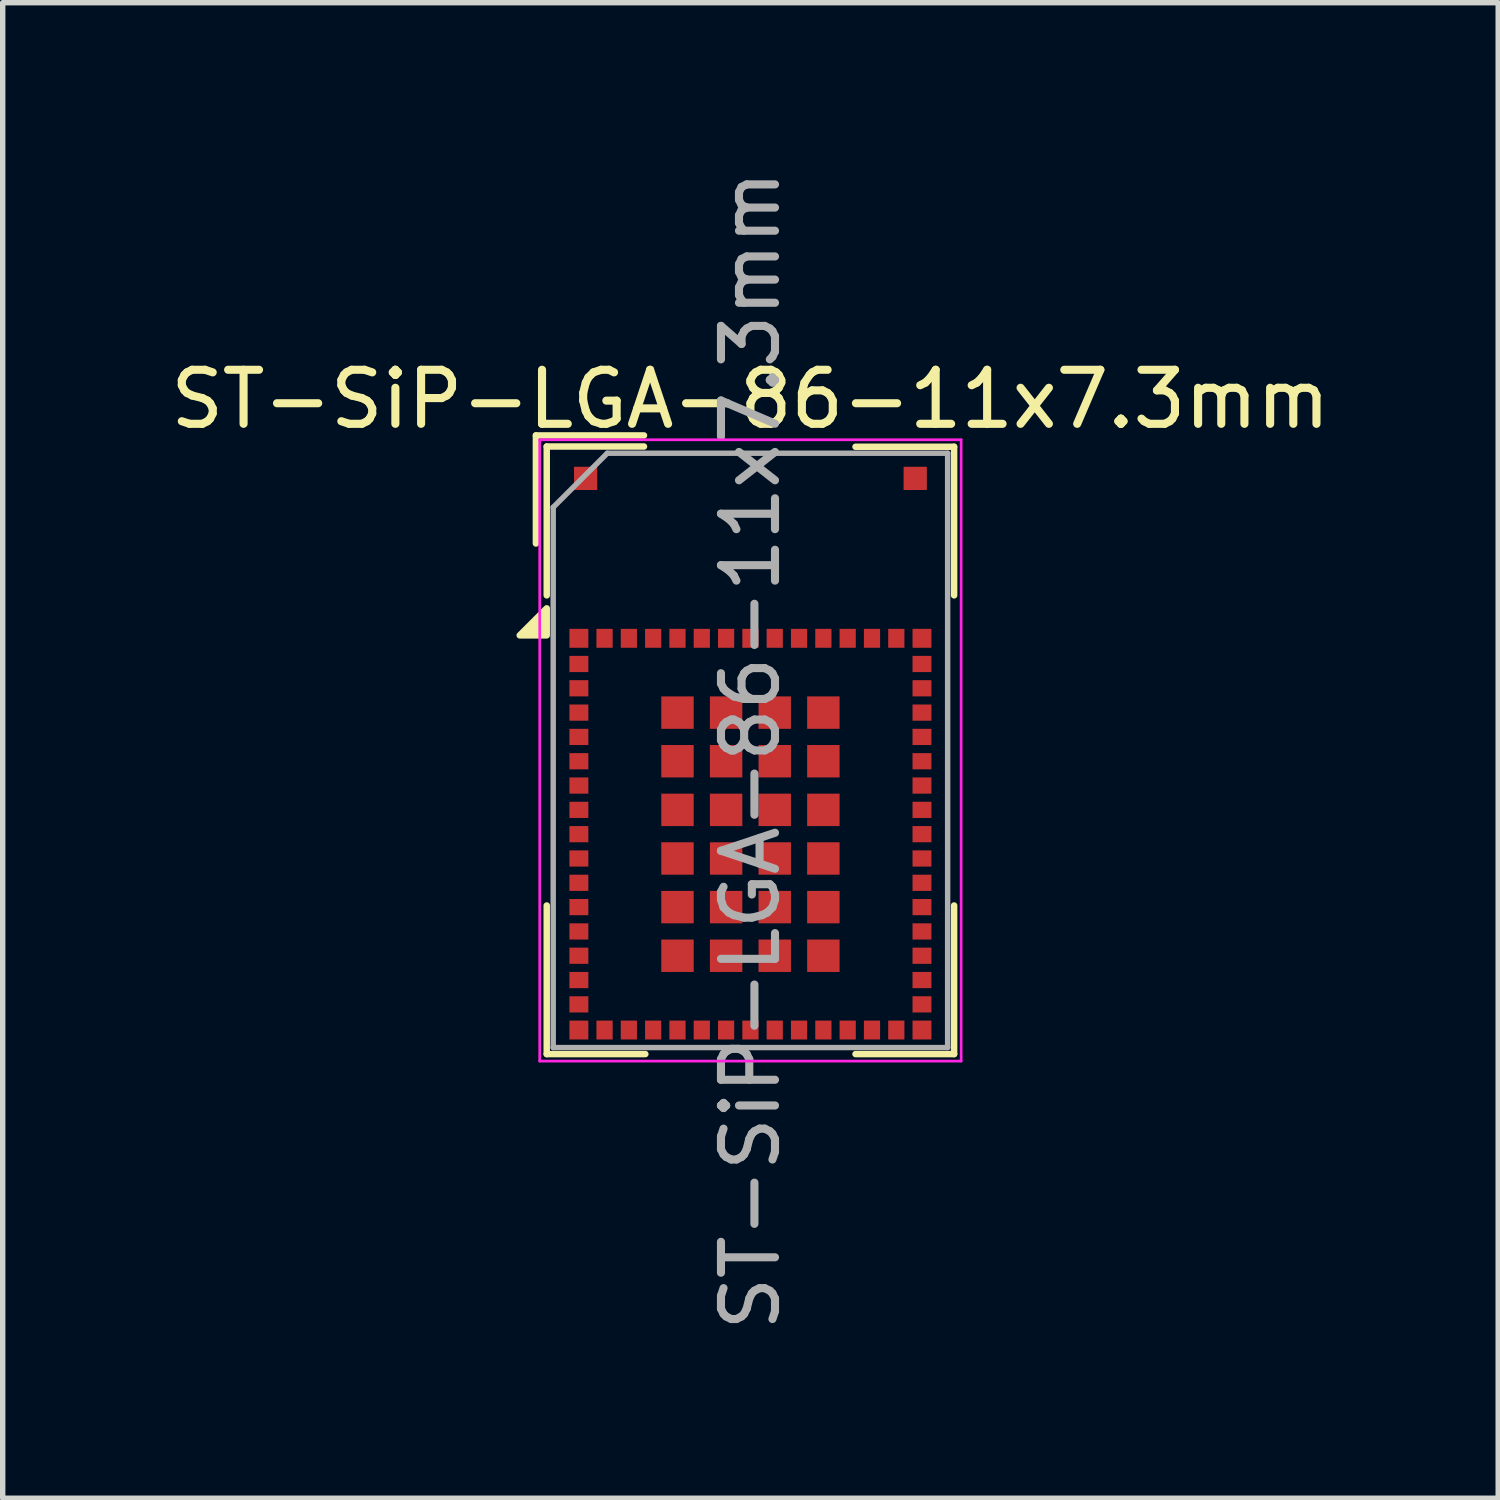
<source format=kicad_pcb>
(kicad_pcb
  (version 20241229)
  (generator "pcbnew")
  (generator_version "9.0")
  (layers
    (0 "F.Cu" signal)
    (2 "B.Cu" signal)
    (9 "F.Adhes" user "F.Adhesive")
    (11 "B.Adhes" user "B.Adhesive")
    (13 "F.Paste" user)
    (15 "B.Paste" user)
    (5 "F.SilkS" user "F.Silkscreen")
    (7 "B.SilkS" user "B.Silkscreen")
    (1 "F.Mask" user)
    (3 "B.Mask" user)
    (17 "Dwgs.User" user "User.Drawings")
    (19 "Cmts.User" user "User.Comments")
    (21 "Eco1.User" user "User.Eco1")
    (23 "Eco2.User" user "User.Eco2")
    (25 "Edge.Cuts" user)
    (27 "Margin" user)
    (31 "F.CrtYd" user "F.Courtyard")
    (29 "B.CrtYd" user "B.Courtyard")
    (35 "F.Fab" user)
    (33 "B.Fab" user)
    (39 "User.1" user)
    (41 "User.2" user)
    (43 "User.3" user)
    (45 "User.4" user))
  (footprint "ST-SiP-LGA-86-11x7.3mm"
    (layer "F.Cu")
    (at 10.839 10.839)
    (property "Reference" "ST-SiP-LGA-86-11x7.3mm" (at 0 -6.5 0) (layer "F.SilkS") (effects (font (size 1 1) (thickness 0.15))))
    (attr smd)
    (fp_line (start -3.97 -3.83) (end -3.97 -5.83) (stroke (width 0.12) (type solid)) (layer "F.SilkS"))
    (fp_line (start -3.77 -5.625) (end -3.77 -2.87) (stroke (width 0.12) (type solid)) (layer "F.SilkS"))
    (fp_line (start -3.77 5.62) (end -3.77 2.87) (stroke (width 0.12) (type solid)) (layer "F.SilkS"))
    (fp_line (start -1.97 -5.83) (end -3.97 -5.83) (stroke (width 0.12) (type solid)) (layer "F.SilkS"))
    (fp_line (start -1.97 -5.625) (end -3.77 -5.625) (stroke (width 0.12) (type solid)) (layer "F.SilkS"))
    (fp_line (start -1.945 5.62) (end -3.77 5.62) (stroke (width 0.12) (type solid)) (layer "F.SilkS"))
    (fp_line (start 1.945 -5.62) (end 3.77 -5.62) (stroke (width 0.12) (type solid)) (layer "F.SilkS"))
    (fp_line (start 1.945 5.62) (end 3.77 5.62) (stroke (width 0.12) (type solid)) (layer "F.SilkS"))
    (fp_line (start 3.77 -5.62) (end 3.77 -2.87) (stroke (width 0.12) (type solid)) (layer "F.SilkS"))
    (fp_line (start 3.77 5.62) (end 3.77 2.87) (stroke (width 0.12) (type solid)) (layer "F.SilkS"))
    (fp_poly (pts (xy -3.77 -2.13) (xy -4.27 -2.13) (xy -3.77 -2.63) (xy -3.77 -2.13)) (stroke (width 0.12) (type solid)) (fill yes) (layer "F.SilkS"))
    (fp_line (start -3.9 -5.75) (end 3.9 -5.75) (stroke (width 0.05) (type solid)) (layer "F.CrtYd"))
    (fp_line (start -3.9 5.75) (end -3.9 -5.75) (stroke (width 0.05) (type solid)) (layer "F.CrtYd"))
    (fp_line (start 3.9 -5.75) (end 3.9 5.75) (stroke (width 0.05) (type solid)) (layer "F.CrtYd"))
    (fp_line (start 3.9 5.75) (end -3.9 5.75) (stroke (width 0.05) (type solid)) (layer "F.CrtYd"))
    (fp_line (start -3.65 -4.5) (end -3.65 5.5) (stroke (width 0.1) (type solid)) (layer "F.Fab"))
    (fp_line (start -3.65 5.5) (end 3.65 5.5) (stroke (width 0.1) (type solid)) (layer "F.Fab"))
    (fp_line (start -2.65 -5.5) (end -3.65 -4.5) (stroke (width 0.1) (type solid)) (layer "F.Fab"))
    (fp_line (start 3.65 -5.5) (end -2.65 -5.5) (stroke (width 0.1) (type solid)) (layer "F.Fab"))
    (fp_line (start 3.65 5.5) (end 3.65 -5.5) (stroke (width 0.1) (type solid)) (layer "F.Fab"))
    (fp_text user "${REFERENCE}" (at 0 0 270) (layer "F.Fab") (effects (font (size 1 1) (thickness 0.15))))
    (pad "1" smd rect (at -3.175 -2.075) (size 0.35 0.35) (layers "F.Cu" "F.Mask" "F.Paste"))
    (pad "2" smd rect (at -3.175 -1.6) (size 0.35 0.3) (layers "F.Cu" "F.Mask" "F.Paste"))
    (pad "3" smd rect (at -3.175 -1.15) (size 0.35 0.3) (layers "F.Cu" "F.Mask" "F.Paste"))
    (pad "4" smd rect (at -3.175 -0.7) (size 0.35 0.3) (layers "F.Cu" "F.Mask" "F.Paste"))
    (pad "5" smd rect (at -3.175 -0.25) (size 0.35 0.3) (layers "F.Cu" "F.Mask" "F.Paste"))
    (pad "6" smd rect (at -3.175 0.2) (size 0.35 0.3) (layers "F.Cu" "F.Mask" "F.Paste"))
    (pad "7" smd rect (at -3.175 0.65) (size 0.35 0.3) (layers "F.Cu" "F.Mask" "F.Paste"))
    (pad "8" smd rect (at -3.175 1.1) (size 0.35 0.3) (layers "F.Cu" "F.Mask" "F.Paste"))
    (pad "9" smd rect (at -3.175 1.55) (size 0.35 0.3) (layers "F.Cu" "F.Mask" "F.Paste"))
    (pad "10" smd rect (at -3.175 2) (size 0.35 0.3) (layers "F.Cu" "F.Mask" "F.Paste"))
    (pad "11" smd rect (at -3.175 2.45) (size 0.35 0.3) (layers "F.Cu" "F.Mask" "F.Paste"))
    (pad "12" smd rect (at -3.175 2.9) (size 0.35 0.3) (layers "F.Cu" "F.Mask" "F.Paste"))
    (pad "13" smd rect (at -3.175 3.35) (size 0.35 0.3) (layers "F.Cu" "F.Mask" "F.Paste"))
    (pad "14" smd rect (at -3.175 3.8) (size 0.35 0.3) (layers "F.Cu" "F.Mask" "F.Paste"))
    (pad "15" smd rect (at -3.175 4.25) (size 0.35 0.3) (layers "F.Cu" "F.Mask" "F.Paste"))
    (pad "16" smd rect (at -3.175 4.7) (size 0.35 0.3) (layers "F.Cu" "F.Mask" "F.Paste"))
    (pad "17" smd rect (at -3.175 5.175) (size 0.35 0.35) (layers "F.Cu" "F.Mask" "F.Paste"))
    (pad "18" smd rect (at -2.7 5.175) (size 0.3 0.35) (layers "F.Cu" "F.Mask" "F.Paste"))
    (pad "19" smd rect (at -2.25 5.175) (size 0.3 0.35) (layers "F.Cu" "F.Mask" "F.Paste"))
    (pad "20" smd rect (at -1.8 5.175) (size 0.3 0.35) (layers "F.Cu" "F.Mask" "F.Paste"))
    (pad "21" smd rect (at -1.35 5.175) (size 0.3 0.35) (layers "F.Cu" "F.Mask" "F.Paste"))
    (pad "22" smd rect (at -0.9 5.175) (size 0.3 0.35) (layers "F.Cu" "F.Mask" "F.Paste"))
    (pad "23" smd rect (at -0.45 5.175) (size 0.3 0.35) (layers "F.Cu" "F.Mask" "F.Paste"))
    (pad "24" smd rect (at 0 5.175) (size 0.3 0.35) (layers "F.Cu" "F.Mask" "F.Paste"))
    (pad "25" smd rect (at 0.45 5.175) (size 0.3 0.35) (layers "F.Cu" "F.Mask" "F.Paste"))
    (pad "26" smd rect (at 0.9 5.175) (size 0.3 0.35) (layers "F.Cu" "F.Mask" "F.Paste"))
    (pad "27" smd rect (at 1.35 5.175) (size 0.3 0.35) (layers "F.Cu" "F.Mask" "F.Paste"))
    (pad "28" smd rect (at 1.8 5.175) (size 0.3 0.35) (layers "F.Cu" "F.Mask" "F.Paste"))
    (pad "29" smd rect (at 2.25 5.175) (size 0.3 0.35) (layers "F.Cu" "F.Mask" "F.Paste"))
    (pad "30" smd rect (at 2.7 5.175) (size 0.3 0.35) (layers "F.Cu" "F.Mask" "F.Paste"))
    (pad "31" smd rect (at 3.175 5.175) (size 0.35 0.35) (layers "F.Cu" "F.Mask" "F.Paste"))
    (pad "32" smd rect (at 3.175 4.7) (size 0.35 0.3) (layers "F.Cu" "F.Mask" "F.Paste"))
    (pad "33" smd rect (at 3.175 4.25) (size 0.35 0.3) (layers "F.Cu" "F.Mask" "F.Paste"))
    (pad "34" smd rect (at 3.175 3.8) (size 0.35 0.3) (layers "F.Cu" "F.Mask" "F.Paste"))
    (pad "35" smd rect (at 3.175 3.35) (size 0.35 0.3) (layers "F.Cu" "F.Mask" "F.Paste"))
    (pad "36" smd rect (at 3.175 2.9) (size 0.35 0.3) (layers "F.Cu" "F.Mask" "F.Paste"))
    (pad "37" smd rect (at 3.175 2.45) (size 0.35 0.3) (layers "F.Cu" "F.Mask" "F.Paste"))
    (pad "38" smd rect (at 3.175 2) (size 0.35 0.3) (layers "F.Cu" "F.Mask" "F.Paste"))
    (pad "39" smd rect (at 3.175 1.55) (size 0.35 0.3) (layers "F.Cu" "F.Mask" "F.Paste"))
    (pad "40" smd rect (at 3.175 1.1) (size 0.35 0.3) (layers "F.Cu" "F.Mask" "F.Paste"))
    (pad "41" smd rect (at 3.175 0.65) (size 0.35 0.3) (layers "F.Cu" "F.Mask" "F.Paste"))
    (pad "42" smd rect (at 3.175 0.2) (size 0.35 0.3) (layers "F.Cu" "F.Mask" "F.Paste"))
    (pad "43" smd rect (at 3.175 -0.25) (size 0.35 0.3) (layers "F.Cu" "F.Mask" "F.Paste"))
    (pad "44" smd rect (at 3.175 -0.7) (size 0.35 0.3) (layers "F.Cu" "F.Mask" "F.Paste"))
    (pad "45" smd rect (at 3.175 -1.15) (size 0.35 0.3) (layers "F.Cu" "F.Mask" "F.Paste"))
    (pad "46" smd rect (at 3.175 -1.6) (size 0.35 0.3) (layers "F.Cu" "F.Mask" "F.Paste"))
    (pad "47" smd rect (at 3.175 -2.075) (size 0.35 0.35) (layers "F.Cu" "F.Mask" "F.Paste"))
    (pad "48" smd rect (at 2.7 -2.075) (size 0.3 0.35) (layers "F.Cu" "F.Mask" "F.Paste"))
    (pad "49" smd rect (at 2.25 -2.075) (size 0.3 0.35) (layers "F.Cu" "F.Mask" "F.Paste"))
    (pad "50" smd rect (at 1.8 -2.075) (size 0.3 0.35) (layers "F.Cu" "F.Mask" "F.Paste"))
    (pad "51" smd rect (at 1.35 -2.075) (size 0.3 0.35) (layers "F.Cu" "F.Mask" "F.Paste"))
    (pad "52" smd rect (at 0.9 -2.075) (size 0.3 0.35) (layers "F.Cu" "F.Mask" "F.Paste"))
    (pad "53" smd rect (at 0.45 -2.075) (size 0.3 0.35) (layers "F.Cu" "F.Mask" "F.Paste"))
    (pad "54" smd rect (at 0 -2.075) (size 0.3 0.35) (layers "F.Cu" "F.Mask" "F.Paste"))
    (pad "55" smd rect (at -0.45 -2.075) (size 0.3 0.35) (layers "F.Cu" "F.Mask" "F.Paste"))
    (pad "56" smd rect (at -0.9 -2.075) (size 0.3 0.35) (layers "F.Cu" "F.Mask" "F.Paste"))
    (pad "57" smd rect (at -1.35 -2.075) (size 0.3 0.35) (layers "F.Cu" "F.Mask" "F.Paste"))
    (pad "58" smd rect (at -1.8 -2.075) (size 0.3 0.35) (layers "F.Cu" "F.Mask" "F.Paste"))
    (pad "59" smd rect (at -2.25 -2.075) (size 0.3 0.35) (layers "F.Cu" "F.Mask" "F.Paste"))
    (pad "60" smd rect (at -2.7 -2.075) (size 0.3 0.35) (layers "F.Cu" "F.Mask" "F.Paste"))
    (pad "61" smd rect (at -1.35 -0.7) (size 0.6 0.6) (layers "F.Cu" "F.Mask" "F.Paste"))
    (pad "62" smd rect (at -1.35 0.2) (size 0.6 0.6) (layers "F.Cu" "F.Mask" "F.Paste"))
    (pad "63" smd rect (at -1.35 1.1) (size 0.6 0.6) (layers "F.Cu" "F.Mask" "F.Paste"))
    (pad "64" smd rect (at -1.35 2) (size 0.6 0.6) (layers "F.Cu" "F.Mask" "F.Paste"))
    (pad "65" smd rect (at -1.35 2.9) (size 0.6 0.6) (layers "F.Cu" "F.Mask" "F.Paste"))
    (pad "66" smd rect (at -1.35 3.8) (size 0.6 0.6) (layers "F.Cu" "F.Mask" "F.Paste"))
    (pad "67" smd rect (at -0.45 3.8) (size 0.6 0.6) (layers "F.Cu" "F.Mask" "F.Paste"))
    (pad "68" smd rect (at 0.45 3.8) (size 0.6 0.6) (layers "F.Cu" "F.Mask" "F.Paste"))
    (pad "69" smd rect (at 1.35 3.8) (size 0.6 0.6) (layers "F.Cu" "F.Mask" "F.Paste"))
    (pad "70" smd rect (at 1.35 2.9) (size 0.6 0.6) (layers "F.Cu" "F.Mask" "F.Paste"))
    (pad "71" smd rect (at 1.35 2) (size 0.6 0.6) (layers "F.Cu" "F.Mask" "F.Paste"))
    (pad "72" smd rect (at 1.35 1.1) (size 0.6 0.6) (layers "F.Cu" "F.Mask" "F.Paste"))
    (pad "73" smd rect (at 1.35 0.2) (size 0.6 0.6) (layers "F.Cu" "F.Mask" "F.Paste"))
    (pad "74" smd rect (at 1.35 -0.7) (size 0.6 0.6) (layers "F.Cu" "F.Mask" "F.Paste"))
    (pad "75" smd rect (at 0.45 -0.7) (size 0.6 0.6) (layers "F.Cu" "F.Mask" "F.Paste"))
    (pad "76" smd rect (at -0.45 -0.7) (size 0.6 0.6) (layers "F.Cu" "F.Mask" "F.Paste"))
    (pad "77" smd rect (at -0.45 0.2) (size 0.6 0.6) (layers "F.Cu" "F.Mask" "F.Paste"))
    (pad "78" smd rect (at -0.45 1.1) (size 0.6 0.6) (layers "F.Cu" "F.Mask" "F.Paste"))
    (pad "79" smd rect (at -0.45 2) (size 0.6 0.6) (layers "F.Cu" "F.Mask" "F.Paste"))
    (pad "80" smd rect (at -0.45 2.9) (size 0.6 0.6) (layers "F.Cu" "F.Mask" "F.Paste"))
    (pad "81" smd rect (at 0.45 2.9) (size 0.6 0.6) (layers "F.Cu" "F.Mask" "F.Paste"))
    (pad "82" smd rect (at 0.45 2) (size 0.6 0.6) (layers "F.Cu" "F.Mask" "F.Paste"))
    (pad "83" smd rect (at 0.45 1.1) (size 0.6 0.6) (layers "F.Cu" "F.Mask" "F.Paste"))
    (pad "84" smd rect (at 0.45 0.2) (size 0.6 0.6) (layers "F.Cu" "F.Mask" "F.Paste"))
    (pad "85" smd rect (at -3.05 -5.035) (size 0.43 0.43) (layers "F.Cu" "F.Mask" "F.Paste"))
    (pad "86" smd rect (at 3.05 -5.035) (size 0.43 0.43) (layers "F.Cu" "F.Mask" "F.Paste"))
    (zone (net_name "") (layers "F.Cu" "B.Cu") (hatch full 0.508) (connect_pads) (min_thickness 0.254) (filled_areas_thickness no) (keepout (tracks not_allowed) (vias not_allowed) (pads allowed) (copperpour not_allowed) (footprints not_allowed)) (placement (enabled no)) (fill) (polygon (pts (xy 13.489 7.839) (xy 5.889 7.839) (xy 5.889 4.339) (xy 13.489 4.339)))))
  (gr_rect
    (start -3 -3)
    (end 24.679 24.679)
    (stroke (width 0.1) (type default))
    (fill no)
    (layer "Edge.Cuts")))
</source>
